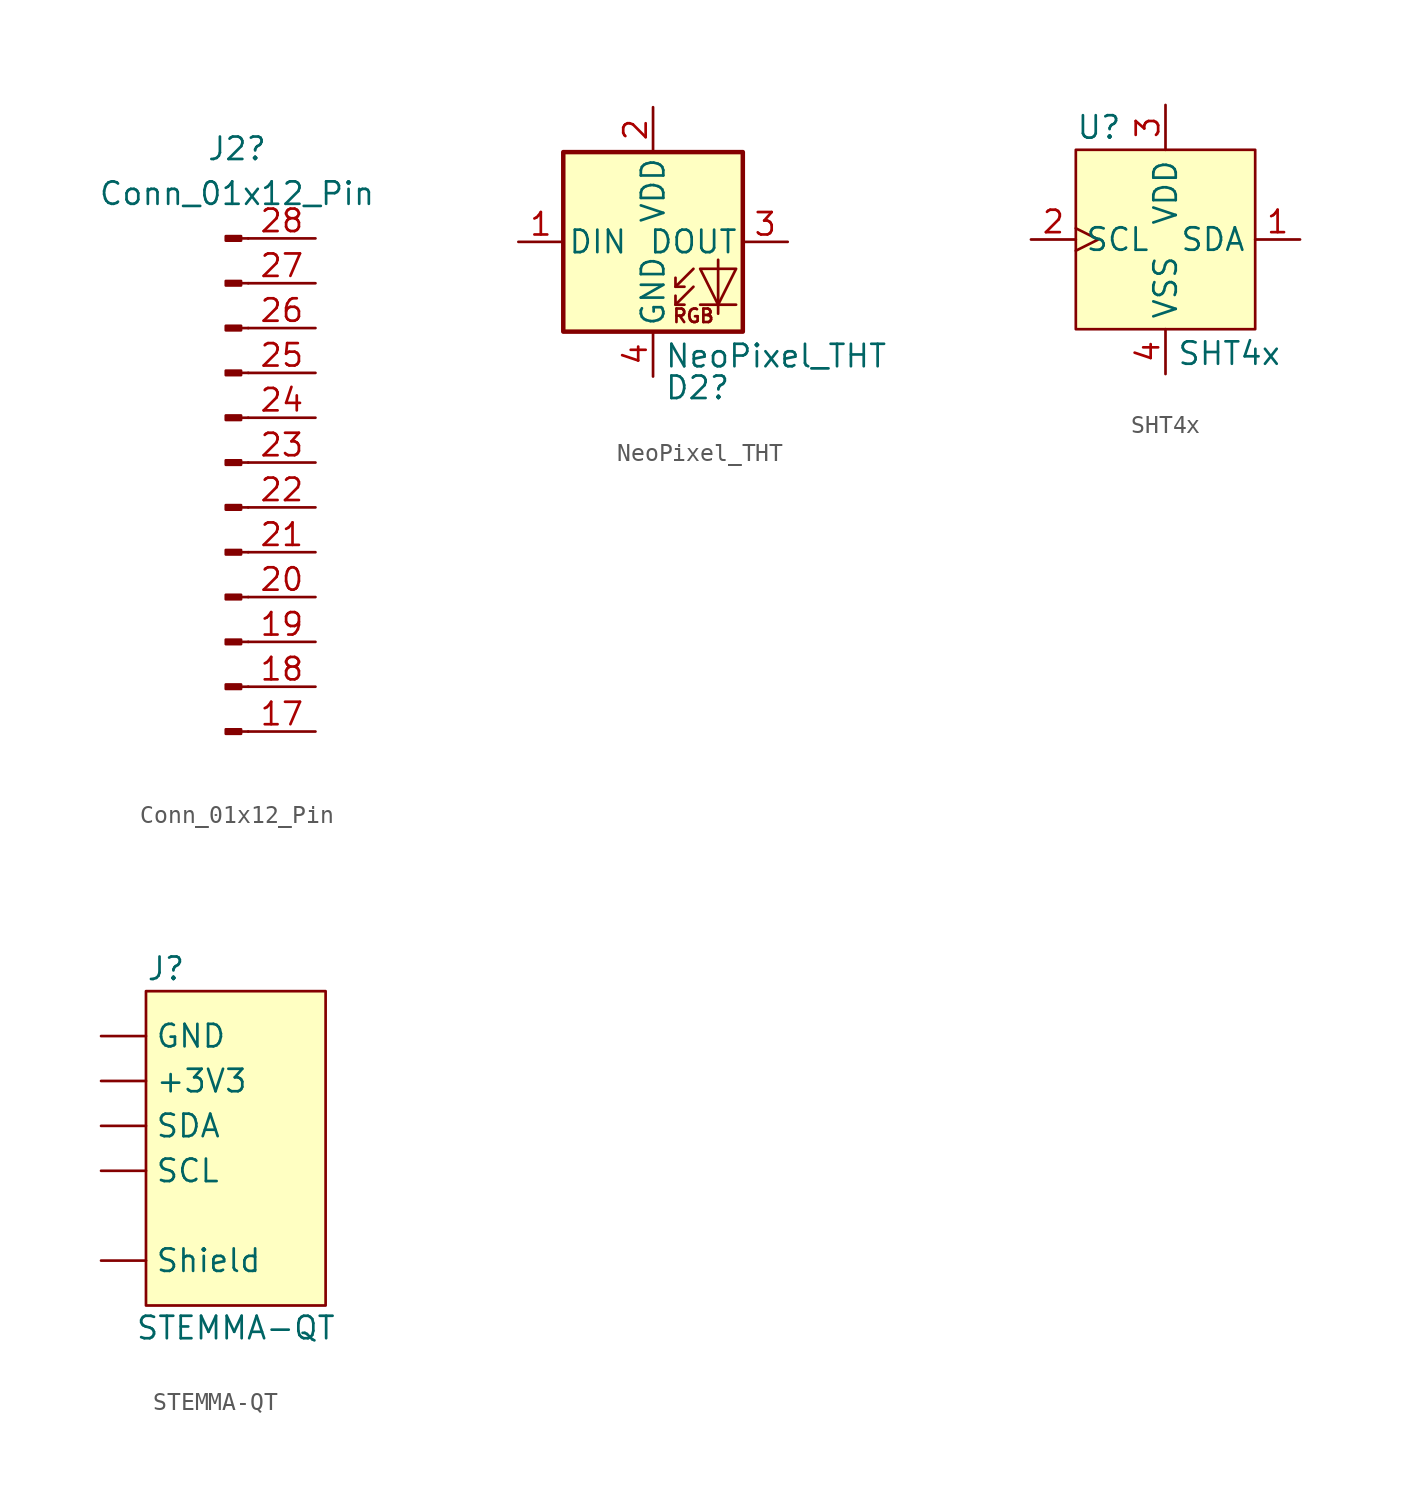
<source format=kicad_sym>
(kicad_symbol_lib
  (version 20220914)
  (generator kicad_symbol_editor)
  (symbol "Conn_01x12_Pin"
    (pin_names
      (offset 1.016) hide)
    (property "Reference" "J2"
      (at 0.635 17.78 0)
      (effects (font (size 1.27 1.27))))
    (property "Value" "Conn_01x12_Pin"
      (at 0.635 15.24 0)
      (effects (font (size 1.27 1.27))))
    (property "ki_locked" ""
      (at 0 0 0)
      (effects (font (size 1.27 1.27))))
    (symbol "Conn_01x12_Pin_1_1"
      (polyline (pts (xy 1.27 -15.24) (xy 0.864 -15.24)) (stroke (width 0.152) (type default)) (fill (type none)))
      (polyline (pts (xy 1.27 -12.7) (xy 0.864 -12.7)) (stroke (width 0.152) (type default)) (fill (type none)))
      (polyline (pts (xy 1.27 -10.16) (xy 0.864 -10.16)) (stroke (width 0.152) (type default)) (fill (type none)))
      (polyline (pts (xy 1.27 -7.62) (xy 0.864 -7.62)) (stroke (width 0.152) (type default)) (fill (type none)))
      (polyline (pts (xy 1.27 -5.08) (xy 0.864 -5.08)) (stroke (width 0.152) (type default)) (fill (type none)))
      (polyline (pts (xy 1.27 -2.54) (xy 0.864 -2.54)) (stroke (width 0.152) (type default)) (fill (type none)))
      (polyline (pts (xy 1.27 0) (xy 0.864 0)) (stroke (width 0.152) (type default)) (fill (type none)))
      (polyline (pts (xy 1.27 2.54) (xy 0.864 2.54)) (stroke (width 0.152) (type default)) (fill (type none)))
      (polyline (pts (xy 1.27 5.08) (xy 0.864 5.08)) (stroke (width 0.152) (type default)) (fill (type none)))
      (polyline (pts (xy 1.27 7.62) (xy 0.864 7.62)) (stroke (width 0.152) (type default)) (fill (type none)))
      (polyline (pts (xy 1.27 10.16) (xy 0.864 10.16)) (stroke (width 0.152) (type default)) (fill (type none)))
      (polyline (pts (xy 1.27 12.7) (xy 0.864 12.7)) (stroke (width 0.152) (type default)) (fill (type none)))
      (rectangle (start 0.864 -15.113) (end 0 -15.367) (stroke (width 0.152) (type default)) (fill (type outline)))
      (rectangle (start 0.864 -12.573) (end 0 -12.827) (stroke (width 0.152) (type default)) (fill (type outline)))
      (rectangle (start 0.864 -10.033) (end 0 -10.287) (stroke (width 0.152) (type default)) (fill (type outline)))
      (rectangle (start 0.864 -7.493) (end 0 -7.747) (stroke (width 0.152) (type default)) (fill (type outline)))
      (rectangle (start 0.864 -4.953) (end 0 -5.207) (stroke (width 0.152) (type default)) (fill (type outline)))
      (rectangle (start 0.864 -2.413) (end 0 -2.667) (stroke (width 0.152) (type default)) (fill (type outline)))
      (rectangle (start 0.864 0.127) (end 0 -0.127) (stroke (width 0.152) (type default)) (fill (type outline)))
      (rectangle (start 0.864 2.667) (end 0 2.413) (stroke (width 0.152) (type default)) (fill (type outline)))
      (rectangle (start 0.864 5.207) (end 0 4.953) (stroke (width 0.152) (type default)) (fill (type outline)))
      (rectangle (start 0.864 7.747) (end 0 7.493) (stroke (width 0.152) (type default)) (fill (type outline)))
      (rectangle (start 0.864 10.287) (end 0 10.033) (stroke (width 0.152) (type default)) (fill (type outline)))
      (rectangle (start 0.864 12.827) (end 0 12.573) (stroke (width 0.152) (type default)) (fill (type outline)))
      (pin passive line (at 5.08 -15.24 180) (length 3.81) (name "Pin_17" (effects (font (size 1.27 1.27)))) (number "17" (effects (font (size 1.27 1.27)))))
      (pin passive line (at 5.08 -12.7 180) (length 3.81) (name "Pin_18" (effects (font (size 1.27 1.27)))) (number "18" (effects (font (size 1.27 1.27)))))
      (pin passive line (at 5.08 -10.16 180) (length 3.81) (name "Pin_19" (effects (font (size 1.27 1.27)))) (number "19" (effects (font (size 1.27 1.27)))))
      (pin passive line (at 5.08 -7.62 180) (length 3.81) (name "Pin_20" (effects (font (size 1.27 1.27)))) (number "20" (effects (font (size 1.27 1.27)))))
      (pin passive line (at 5.08 -5.08 180) (length 3.81) (name "Pin_21" (effects (font (size 1.27 1.27)))) (number "21" (effects (font (size 1.27 1.27)))))
      (pin passive line (at 5.08 -2.54 180) (length 3.81) (name "Pin_22" (effects (font (size 1.27 1.27)))) (number "22" (effects (font (size 1.27 1.27)))))
      (pin passive line (at 5.08 0 180) (length 3.81) (name "3" (effects (font (size 1.27 1.27)))) (number "23" (effects (font (size 1.27 1.27)))))
      (pin passive line (at 5.08 2.54 180) (length 3.81) (name "Pin_24" (effects (font (size 1.27 1.27)))) (number "24" (effects (font (size 1.27 1.27)))))
      (pin passive line (at 5.08 5.08 180) (length 3.81) (name "Pin_25" (effects (font (size 1.27 1.27)))) (number "25" (effects (font (size 1.27 1.27)))))
      (pin passive line (at 5.08 7.62 180) (length 3.81) (name "Pin_26" (effects (font (size 1.27 1.27)))) (number "26" (effects (font (size 1.27 1.27)))))
      (pin passive line (at 5.08 10.16 180) (length 3.81) (name "Pin_27" (effects (font (size 1.27 1.27)))) (number "27" (effects (font (size 1.27 1.27)))))
      (pin passive line (at 5.08 12.7 180) (length 3.81) (name "Pin_28" (effects (font (size 1.27 1.27)))) (number "28" (effects (font (size 1.27 1.27)))))))
  (symbol "NeoPixel_THT"
    (pin_names
      (offset 0.254))
    (property "Reference" "D2"
      (at 0.635 -8.255 0)
      (effects (font (size 1.27 1.27)) (justify left)))
    (property "Value" "NeoPixel_THT"
      (at 0.635 -5.715 0)
      (effects (font (size 1.27 1.27)) (justify left top)))
    (symbol "NeoPixel_THT_0_0"
      (text "RGB" (at 2.286 -4.191 0) (effects (font (size 0.762 0.762)))))
    (symbol "NeoPixel_THT_0_1"
      (polyline (pts (xy 1.27 -3.556) (xy 1.778 -3.556)) (stroke (width 0) (type default)) (fill (type none)))
      (polyline (pts (xy 1.27 -2.54) (xy 1.778 -2.54)) (stroke (width 0) (type default)) (fill (type none)))
      (polyline (pts (xy 4.699 -3.556) (xy 2.667 -3.556)) (stroke (width 0) (type default)) (fill (type none)))
      (polyline (pts (xy 2.286 -2.54) (xy 1.27 -3.556) (xy 1.27 -3.048)) (stroke (width 0) (type default)) (fill (type none)))
      (polyline (pts (xy 2.286 -1.524) (xy 1.27 -2.54) (xy 1.27 -2.032)) (stroke (width 0) (type default)) (fill (type none)))
      (polyline (pts (xy 3.683 -1.016) (xy 3.683 -3.556) (xy 3.683 -4.064)) (stroke (width 0) (type default)) (fill (type none)))
      (polyline (pts (xy 4.699 -1.524) (xy 2.667 -1.524) (xy 3.683 -3.556) (xy 4.699 -1.524)) (stroke (width 0) (type default)) (fill (type none)))
      (rectangle (start 5.08 5.08) (end -5.08 -5.08) (stroke (width 0.254) (type default)) (fill (type background))))
    (symbol "NeoPixel_THT_1_1"
      (pin input line (at -7.62 0 0) (length 2.54) (name "DIN" (effects (font (size 1.27 1.27)))) (number "1" (effects (font (size 1.27 1.27)))))
      (pin power_in line (at 0 7.62 270) (length 2.54) (name "VDD" (effects (font (size 1.27 1.27)))) (number "2" (effects (font (size 1.27 1.27)))))
      (pin output line (at 7.62 0 180) (length 2.54) (name "DOUT" (effects (font (size 1.27 1.27)))) (number "3" (effects (font (size 1.27 1.27)))))
      (pin power_in line (at 0 -7.62 90) (length 2.54) (name "GND" (effects (font (size 1.27 1.27)))) (number "4" (effects (font (size 1.27 1.27)))))))
  (symbol "SHT4x"
    (property "Reference" "U"
      (at -5.08 6.35 0)
      (do_not_autoplace)
      (effects (font (size 1.27 1.27)) (justify left)))
    (property "Value" "SHT4x"
      (at 0.635 -5.715 0)
      (do_not_autoplace)
      (effects (font (size 1.27 1.27)) (justify left top)))
    (symbol "SHT4x_1_1"
      (rectangle (start -5.08 5.08) (end 5.08 -5.08) (stroke (width 0) (type default)) (fill (type background)))
      (pin bidirectional line (at 7.62 0 180) (length 2.54) (name "SDA" (effects (font (size 1.27 1.27)))) (number "1" (effects (font (size 1.27 1.27)))))
      (pin input clock (at -7.62 0 0) (length 2.54) (name "SCL" (effects (font (size 1.27 1.27)))) (number "2" (effects (font (size 1.27 1.27)))))
      (pin power_in line (at 0 7.62 270) (length 2.54) (name "VDD" (effects (font (size 1.27 1.27)))) (number "3" (effects (font (size 1.27 1.27)))))
      (pin passive line (at 0 -7.62 90) (length 2.54) (name "VSS" (effects (font (size 1.27 1.27)))) (number "4" (effects (font (size 1.27 1.27)))))))
  (symbol "STEMMA-QT"
    (pin_numbers hide)
    (property "Reference" "J"
      (at -5.08 10.16 0)
      (do_not_autoplace)
      (effects (font (size 1.27 1.27)) (justify left)))
    (property "Value" "STEMMA-QT"
      (at 0 -10.16 0)
      (do_not_autoplace)
      (effects (font (size 1.27 1.27))))
    (symbol "STEMMA-QT_0_0"
      (pin passive line (at -7.62 -6.35 0) (length 2.54) (name "Shield" (effects (font (size 1.27 1.27)))) (number "MP" (effects (font (size 1.27 1.27))))))
    (symbol "STEMMA-QT_1_0"
      (pin passive line (at -7.62 6.35 0) (length 2.54) (name "GND" (effects (font (size 1.27 1.27)))) (number "1" (effects (font (size 1.27 1.27)))))
      (pin passive line (at -7.62 3.81 0) (length 2.54) (name "+3V3" (effects (font (size 1.27 1.27)))) (number "2" (effects (font (size 1.27 1.27)))))
      (pin passive line (at -7.62 1.27 0) (length 2.54) (name "SDA" (effects (font (size 1.27 1.27)))) (number "3" (effects (font (size 1.27 1.27)))))
      (pin passive line (at -7.62 -1.27 0) (length 2.54) (name "SCL" (effects (font (size 1.27 1.27)))) (number "4" (effects (font (size 1.27 1.27))))))
    (symbol "STEMMA-QT_1_1"
      (rectangle (start -5.08 8.89) (end 5.08 -8.89) (stroke (width 0) (type default)) (fill (type background))))))
</source>
